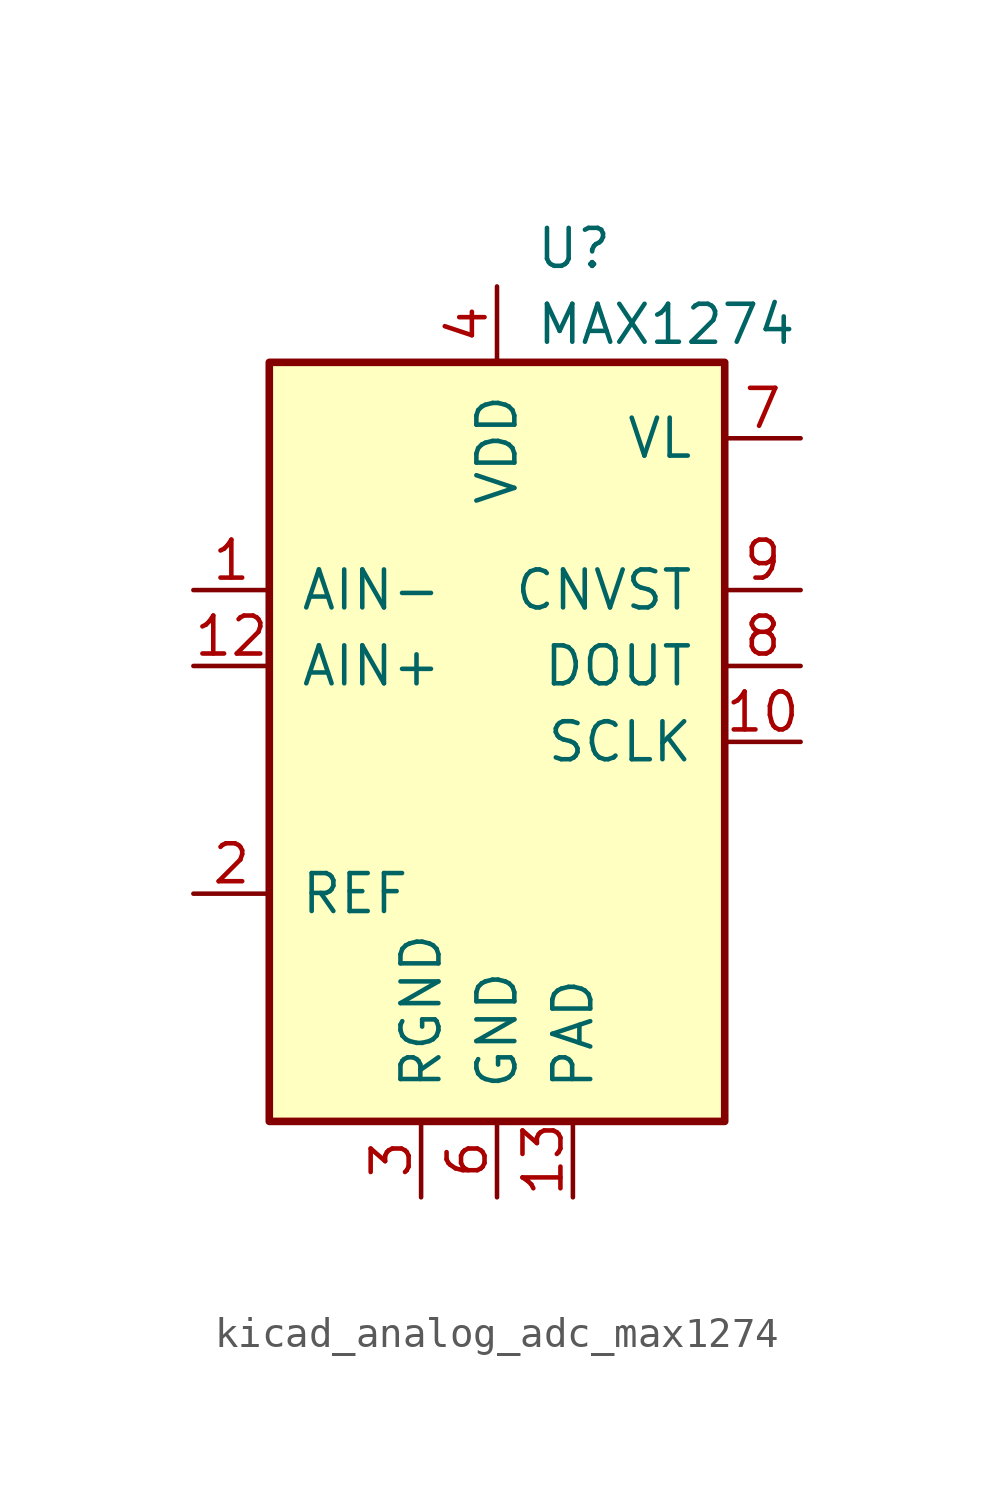
<source format=kicad_sym>
(kicad_symbol_lib
  (version 20220914)
  (generator kicad_symbol_editor)
  (symbol "kicad_analog_adc_max1274"
    (pin_names
      (offset 1.016))
    (property "Reference" "U"
      (at 1.27 16.51 0)
      (effects (font (size 1.27 1.27)) (justify left)))
    (property "Value" "MAX1274"
      (at 1.27 13.97 0)
      (effects (font (size 1.27 1.27)) (justify left)))
    (symbol "kicad_analog_adc_max1274_1_1"
      (rectangle (start -7.62 12.7) (end 7.62 -12.7) (stroke (width 0.254) (type default)) (fill (type background)))
      (pin input line (at -10.16 5.08 0) (length 2.54) (name "AIN-" (effects (font (size 1.27 1.27)))) (number "1" (effects (font (size 1.27 1.27)))))
      (pin input line (at 10.16 0 180) (length 2.54) (name "SCLK" (effects (font (size 1.27 1.27)))) (number "10" (effects (font (size 1.27 1.27)))))
      (pin no_connect line (at 7.62 -5.08 180) (length 2.54) hide (name "NC" (effects (font (size 1.27 1.27)))) (number "11" (effects (font (size 1.27 1.27)))))
      (pin input line (at -10.16 2.54 0) (length 2.54) (name "AIN+" (effects (font (size 1.27 1.27)))) (number "12" (effects (font (size 1.27 1.27)))))
      (pin power_in line (at 2.54 -15.24 90) (length 2.54) (name "PAD" (effects (font (size 1.27 1.27)))) (number "13" (effects (font (size 1.27 1.27)))))
      (pin input line (at -10.16 -5.08 0) (length 2.54) (name "REF" (effects (font (size 1.27 1.27)))) (number "2" (effects (font (size 1.27 1.27)))))
      (pin power_in line (at -2.54 -15.24 90) (length 2.54) (name "RGND" (effects (font (size 1.27 1.27)))) (number "3" (effects (font (size 1.27 1.27)))))
      (pin power_in line (at 0 15.24 270) (length 2.54) (name "VDD" (effects (font (size 1.27 1.27)))) (number "4" (effects (font (size 1.27 1.27)))))
      (pin no_connect line (at 7.62 -7.62 180) (length 2.54) hide (name "NC" (effects (font (size 1.27 1.27)))) (number "5" (effects (font (size 1.27 1.27)))))
      (pin power_in line (at 0 -15.24 90) (length 2.54) (name "GND" (effects (font (size 1.27 1.27)))) (number "6" (effects (font (size 1.27 1.27)))))
      (pin power_in line (at 10.16 10.16 180) (length 2.54) (name "VL" (effects (font (size 1.27 1.27)))) (number "7" (effects (font (size 1.27 1.27)))))
      (pin output line (at 10.16 2.54 180) (length 2.54) (name "DOUT" (effects (font (size 1.27 1.27)))) (number "8" (effects (font (size 1.27 1.27)))))
      (pin input line (at 10.16 5.08 180) (length 2.54) (name "CNVST" (effects (font (size 1.27 1.27)))) (number "9" (effects (font (size 1.27 1.27))))))))
</source>
